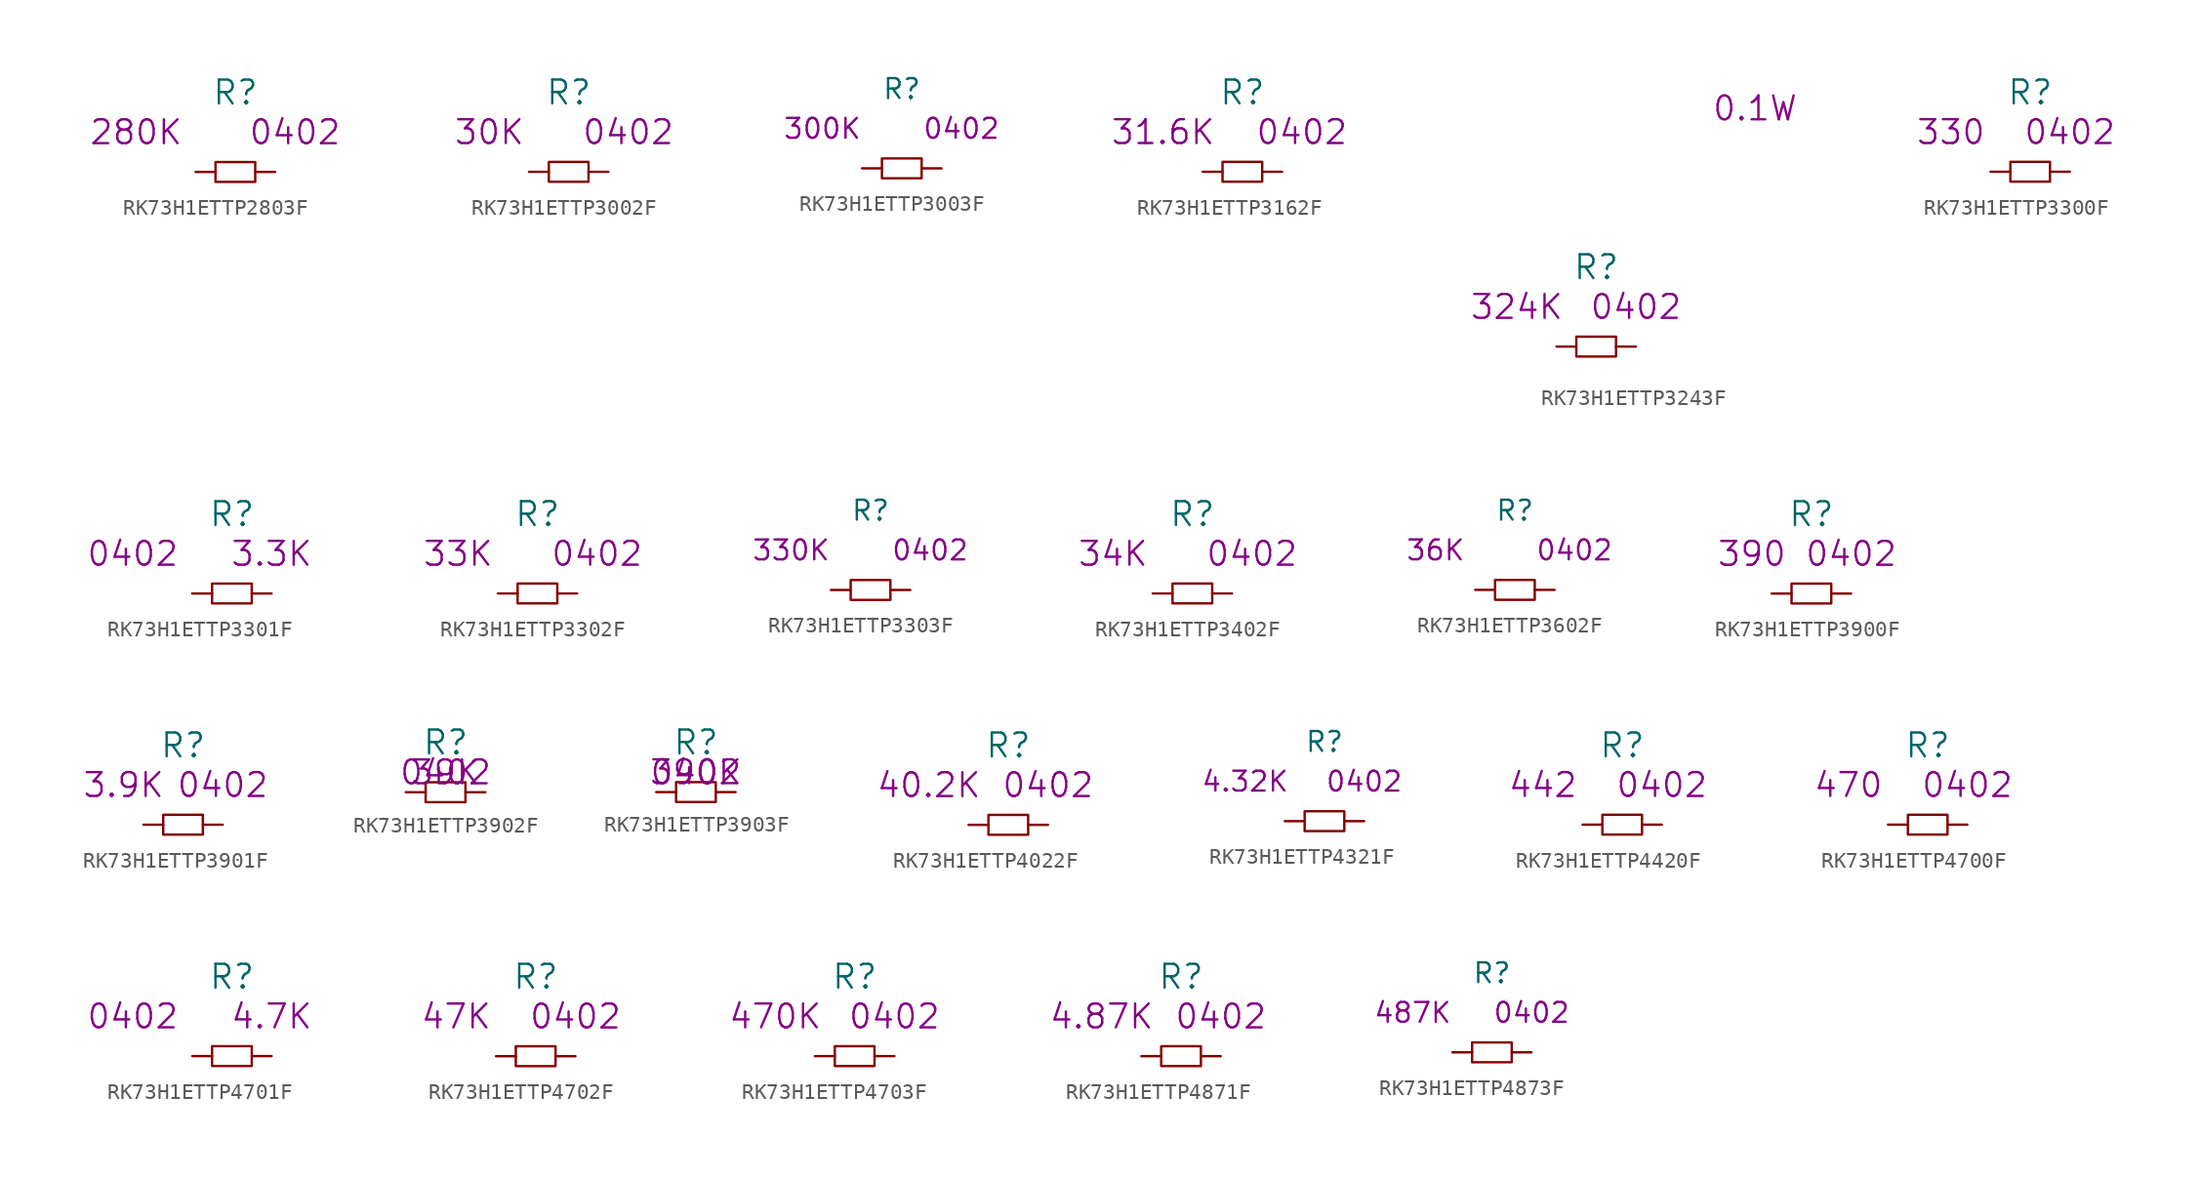
<source format=kicad_sym>
(kicad_symbol_lib
  (version 20220914)
  (generator kicad_symbol_editor)
  (symbol "RK73H1ETTP2803F"
    (pin_numbers hide)
    (pin_names
      (offset 1.016) hide)
    (property "Reference" "R"
      (at 0 5.08 0)
      (effects (font (size 1.524 1.524))))
    (property "Datasheet" ""
      (at 0 5.08 0)
      (effects (font (size 1.524 1.524))))
    (property "Value2" "280K"
      (at -6.35 2.54 0)
      (effects (font (size 1.524 1.524))))
    (property "Size" "0402"
      (at 3.81 2.54 0)
      (effects (font (size 1.524 1.524))))
    (symbol "RK73H1ETTP2803F_0_1"
      (rectangle (start -1.27 0.635) (end 1.27 -0.635) (stroke (width 0) (type solid)) (fill (type none))))
    (symbol "RK73H1ETTP2803F_1_1"
      (pin passive line (at -2.54 0 0) (length 1.27) (name "1" (effects (font (size 1.27 1.27)))) (number "1" (effects (font (size 1.27 1.27)))))
      (pin passive line (at 2.54 0 180) (length 1.27) (name "2" (effects (font (size 1.27 1.27)))) (number "2" (effects (font (size 1.27 1.27)))))))
  (symbol "RK73H1ETTP3002F"
    (pin_numbers hide)
    (pin_names
      (offset 1.016) hide)
    (property "Reference" "R"
      (at 0 5.08 0)
      (effects (font (size 1.524 1.524))))
    (property "Value2" "30K"
      (at -5.08 2.54 0)
      (effects (font (size 1.524 1.524))))
    (property "Size" "0402"
      (at 3.81 2.54 0)
      (effects (font (size 1.524 1.524))))
    (symbol "RK73H1ETTP3002F_0_1"
      (rectangle (start -1.27 0.635) (end 1.27 -0.635) (stroke (width 0) (type solid)) (fill (type none))))
    (symbol "RK73H1ETTP3002F_1_1"
      (pin passive line (at -2.54 0 0) (length 1.27) (name "1" (effects (font (size 1.27 1.27)))) (number "1" (effects (font (size 1.27 1.27)))))
      (pin passive line (at 2.54 0 180) (length 1.27) (name "2" (effects (font (size 1.27 1.27)))) (number "2" (effects (font (size 1.27 1.27)))))))
  (symbol "RK73H1ETTP3003F"
    (pin_numbers hide)
    (pin_names
      (offset 1.016) hide)
    (property "Reference" "R"
      (at 0 5.08 0)
      (effects (font (size 1.27 1.27))))
    (property "Value2" "300K"
      (at -5.08 2.54 0)
      (effects (font (size 1.27 1.27))))
    (property "Size" "0402"
      (at 3.81 2.54 0)
      (effects (font (size 1.27 1.27))))
    (symbol "RK73H1ETTP3003F_0_1"
      (rectangle (start -1.27 0.635) (end 1.27 -0.635) (stroke (width 0) (type solid)) (fill (type none))))
    (symbol "RK73H1ETTP3003F_1_1"
      (pin passive line (at -2.54 0 0) (length 1.27) (name "1" (effects (font (size 1.27 1.27)))) (number "1" (effects (font (size 1.27 1.27)))))
      (pin passive line (at 2.54 0 180) (length 1.27) (name "2" (effects (font (size 1.27 1.27)))) (number "2" (effects (font (size 1.27 1.27)))))))
  (symbol "RK73H1ETTP3162F"
    (pin_numbers hide)
    (pin_names
      (offset 1.016) hide)
    (property "Reference" "R"
      (at 0 5.08 0)
      (effects (font (size 1.524 1.524))))
    (property "Value2" "31.6K"
      (at -5.08 2.54 0)
      (effects (font (size 1.524 1.524))))
    (property "Size" "0402"
      (at 3.81 2.54 0)
      (effects (font (size 1.524 1.524))))
    (symbol "RK73H1ETTP3162F_0_1"
      (rectangle (start -1.27 0.635) (end 1.27 -0.635) (stroke (width 0) (type solid)) (fill (type none))))
    (symbol "RK73H1ETTP3162F_1_1"
      (pin passive line (at -2.54 0 0) (length 1.27) (name "1" (effects (font (size 1.27 1.27)))) (number "1" (effects (font (size 1.27 1.27)))))
      (pin passive line (at 2.54 0 180) (length 1.27) (name "2" (effects (font (size 1.27 1.27)))) (number "2" (effects (font (size 1.27 1.27)))))))
  (symbol "RK73H1ETTP3243F"
    (pin_numbers hide)
    (pin_names
      (offset 1.016) hide)
    (property "Reference" "R"
      (at 0 5.08 0)
      (effects (font (size 1.524 1.524))))
    (property "Value2" "324K"
      (at -5.08 2.54 0)
      (effects (font (size 1.524 1.524))))
    (property "Size" "0402"
      (at 2.54 2.54 0)
      (effects (font (size 1.524 1.524))))
    (property "Rating" "0.1W"
      (at 10.16 15.24 0)
      (effects (font (size 1.524 1.524))))
    (symbol "RK73H1ETTP3243F_0_1"
      (rectangle (start -1.27 0.635) (end 1.27 -0.635) (stroke (width 0) (type solid)) (fill (type none))))
    (symbol "RK73H1ETTP3243F_1_1"
      (pin passive line (at -2.54 0 0) (length 1.27) (name "1" (effects (font (size 1.27 1.27)))) (number "1" (effects (font (size 1.27 1.27)))))
      (pin passive line (at 2.54 0 180) (length 1.27) (name "2" (effects (font (size 1.27 1.27)))) (number "2" (effects (font (size 1.27 1.27)))))))
  (symbol "RK73H1ETTP3300F"
    (pin_numbers hide)
    (pin_names
      (offset 1.016) hide)
    (property "Reference" "R"
      (at 0 5.08 0)
      (effects (font (size 1.524 1.524))))
    (property "Datasheet" ""
      (at 0 5.08 0)
      (effects (font (size 1.524 1.524))))
    (property "Value2" "330"
      (at -5.08 2.54 0)
      (effects (font (size 1.524 1.524))))
    (property "Size" "0402"
      (at 2.54 2.54 0)
      (effects (font (size 1.524 1.524))))
    (symbol "RK73H1ETTP3300F_0_1"
      (rectangle (start -1.27 0.635) (end 1.27 -0.635) (stroke (width 0) (type solid)) (fill (type none))))
    (symbol "RK73H1ETTP3300F_1_1"
      (pin passive line (at -2.54 0 0) (length 1.27) (name "1" (effects (font (size 1.27 1.27)))) (number "1" (effects (font (size 1.27 1.27)))))
      (pin passive line (at 2.54 0 180) (length 1.27) (name "2" (effects (font (size 1.27 1.27)))) (number "2" (effects (font (size 1.27 1.27)))))))
  (symbol "RK73H1ETTP3301F"
    (pin_numbers hide)
    (pin_names
      (offset 1.016) hide)
    (property "Reference" "R"
      (at 0 5.08 0)
      (effects (font (size 1.524 1.524))))
    (property "Size" "0402"
      (at -6.35 2.54 0)
      (effects (font (size 1.524 1.524))))
    (property "Value2" "3.3K"
      (at 2.54 2.54 0)
      (effects (font (size 1.524 1.524))))
    (symbol "RK73H1ETTP3301F_0_1"
      (rectangle (start -1.27 0.635) (end 1.27 -0.635) (stroke (width 0) (type solid)) (fill (type none))))
    (symbol "RK73H1ETTP3301F_1_1"
      (pin passive line (at -2.54 0 0) (length 1.27) (name "1" (effects (font (size 1.27 1.27)))) (number "1" (effects (font (size 1.27 1.27)))))
      (pin passive line (at 2.54 0 180) (length 1.27) (name "2" (effects (font (size 1.27 1.27)))) (number "2" (effects (font (size 1.27 1.27)))))))
  (symbol "RK73H1ETTP3302F"
    (pin_numbers hide)
    (pin_names
      (offset 1.016) hide)
    (property "Reference" "R"
      (at 0 5.08 0)
      (effects (font (size 1.524 1.524))))
    (property "Value2" "33K"
      (at -5.08 2.54 0)
      (effects (font (size 1.524 1.524))))
    (property "Size" "0402"
      (at 3.81 2.54 0)
      (effects (font (size 1.524 1.524))))
    (symbol "RK73H1ETTP3302F_0_1"
      (rectangle (start -1.27 0.635) (end 1.27 -0.635) (stroke (width 0) (type solid)) (fill (type none))))
    (symbol "RK73H1ETTP3302F_1_1"
      (pin passive line (at -2.54 0 0) (length 1.27) (name "1" (effects (font (size 1.27 1.27)))) (number "1" (effects (font (size 1.27 1.27)))))
      (pin passive line (at 2.54 0 180) (length 1.27) (name "2" (effects (font (size 1.27 1.27)))) (number "2" (effects (font (size 1.27 1.27)))))))
  (symbol "RK73H1ETTP3303F"
    (pin_numbers hide)
    (pin_names
      (offset 1.016) hide)
    (property "Reference" "R"
      (at 0 5.08 0)
      (effects (font (size 1.27 1.27))))
    (property "Value2" "330K"
      (at -5.08 2.54 0)
      (effects (font (size 1.27 1.27))))
    (property "Size" "0402"
      (at 3.81 2.54 0)
      (effects (font (size 1.27 1.27))))
    (symbol "RK73H1ETTP3303F_0_1"
      (rectangle (start -1.27 0.635) (end 1.27 -0.635) (stroke (width 0) (type solid)) (fill (type none))))
    (symbol "RK73H1ETTP3303F_1_1"
      (pin passive line (at -2.54 0 0) (length 1.27) (name "1" (effects (font (size 1.27 1.27)))) (number "1" (effects (font (size 1.27 1.27)))))
      (pin passive line (at 2.54 0 180) (length 1.27) (name "2" (effects (font (size 1.27 1.27)))) (number "2" (effects (font (size 1.27 1.27)))))))
  (symbol "RK73H1ETTP3402F"
    (pin_numbers hide)
    (pin_names
      (offset 1.016) hide)
    (property "Reference" "R"
      (at 0 5.08 0)
      (effects (font (size 1.524 1.524))))
    (property "Value2" "34K"
      (at -5.08 2.54 0)
      (effects (font (size 1.524 1.524))))
    (property "Size" "0402"
      (at 3.81 2.54 0)
      (effects (font (size 1.524 1.524))))
    (symbol "RK73H1ETTP3402F_0_1"
      (rectangle (start -1.27 0.635) (end 1.27 -0.635) (stroke (width 0) (type solid)) (fill (type none))))
    (symbol "RK73H1ETTP3402F_1_1"
      (pin passive line (at -2.54 0 0) (length 1.27) (name "1" (effects (font (size 1.27 1.27)))) (number "1" (effects (font (size 1.27 1.27)))))
      (pin passive line (at 2.54 0 180) (length 1.27) (name "2" (effects (font (size 1.27 1.27)))) (number "2" (effects (font (size 1.27 1.27)))))))
  (symbol "RK73H1ETTP3602F"
    (pin_numbers hide)
    (pin_names
      (offset 1.016) hide)
    (property "Reference" "R"
      (at 0 5.08 0)
      (effects (font (size 1.27 1.27))))
    (property "Value2" "36K"
      (at -5.08 2.54 0)
      (effects (font (size 1.27 1.27))))
    (property "Size" "0402"
      (at 3.81 2.54 0)
      (effects (font (size 1.27 1.27))))
    (symbol "RK73H1ETTP3602F_0_1"
      (rectangle (start -1.27 0.635) (end 1.27 -0.635) (stroke (width 0) (type solid)) (fill (type none))))
    (symbol "RK73H1ETTP3602F_1_1"
      (pin passive line (at -2.54 0 0) (length 1.27) (name "1" (effects (font (size 1.27 1.27)))) (number "1" (effects (font (size 1.27 1.27)))))
      (pin passive line (at 2.54 0 180) (length 1.27) (name "2" (effects (font (size 1.27 1.27)))) (number "2" (effects (font (size 1.27 1.27)))))))
  (symbol "RK73H1ETTP3900F"
    (pin_numbers hide)
    (pin_names
      (offset 1.016) hide)
    (property "Reference" "R"
      (at 0 5.08 0)
      (effects (font (size 1.524 1.524))))
    (property "Size" "0402"
      (at 2.54 2.54 0)
      (effects (font (size 1.524 1.524))))
    (property "Value2" "390"
      (at -3.81 2.54 0)
      (effects (font (size 1.524 1.524))))
    (symbol "RK73H1ETTP3900F_0_1"
      (rectangle (start -1.27 0.635) (end 1.27 -0.635) (stroke (width 0) (type solid)) (fill (type none))))
    (symbol "RK73H1ETTP3900F_1_1"
      (pin passive line (at -2.54 0 0) (length 1.27) (name "1" (effects (font (size 1.27 1.27)))) (number "1" (effects (font (size 1.27 1.27)))))
      (pin passive line (at 2.54 0 180) (length 1.27) (name "2" (effects (font (size 1.27 1.27)))) (number "2" (effects (font (size 1.27 1.27)))))))
  (symbol "RK73H1ETTP3901F"
    (pin_numbers hide)
    (pin_names
      (offset 1.016) hide)
    (property "Reference" "R"
      (at 0 5.08 0)
      (effects (font (size 1.524 1.524))))
    (property "Size" "0402"
      (at 2.54 2.54 0)
      (effects (font (size 1.524 1.524))))
    (property "Value2" "3.9K"
      (at -3.81 2.54 0)
      (effects (font (size 1.524 1.524))))
    (symbol "RK73H1ETTP3901F_0_1"
      (rectangle (start -1.27 0.635) (end 1.27 -0.635) (stroke (width 0) (type solid)) (fill (type none))))
    (symbol "RK73H1ETTP3901F_1_1"
      (pin passive line (at -2.54 0 0) (length 1.27) (name "1" (effects (font (size 1.27 1.27)))) (number "1" (effects (font (size 1.27 1.27)))))
      (pin passive line (at 2.54 0 180) (length 1.27) (name "2" (effects (font (size 1.27 1.27)))) (number "2" (effects (font (size 1.27 1.27)))))))
  (symbol "RK73H1ETTP3902F"
    (pin_numbers hide)
    (pin_names
      (offset 1.016) hide)
    (property "Reference" "R"
      (at 0 3.175 0)
      (effects (font (size 1.524 1.524))))
    (property "Datasheet" ""
      (at 0 3.175 0)
      (effects (font (size 1.524 1.524))))
    (property "Size" "0402"
      (at 0 1.27 0)
      (effects (font (size 1.524 1.524))))
    (property "Value2" "39K"
      (at 0 1.27 0)
      (effects (font (size 1.524 1.524))))
    (symbol "RK73H1ETTP3902F_0_1"
      (rectangle (start -1.27 0.635) (end 1.27 -0.635) (stroke (width 0) (type solid)) (fill (type none))))
    (symbol "RK73H1ETTP3902F_1_1"
      (pin passive line (at -2.54 0 0) (length 1.27) (name "1" (effects (font (size 1.27 1.27)))) (number "1" (effects (font (size 1.27 1.27)))))
      (pin passive line (at 2.54 0 180) (length 1.27) (name "2" (effects (font (size 1.27 1.27)))) (number "2" (effects (font (size 1.27 1.27)))))))
  (symbol "RK73H1ETTP3903F"
    (pin_numbers hide)
    (pin_names
      (offset 1.016) hide)
    (property "Reference" "R"
      (at 0 3.175 0)
      (effects (font (size 1.524 1.524))))
    (property "Datasheet" ""
      (at 0 3.175 0)
      (effects (font (size 1.524 1.524))))
    (property "Size" "0402"
      (at 0 1.27 0)
      (effects (font (size 1.524 1.524))))
    (property "Value2" "390K"
      (at 0 1.27 0)
      (effects (font (size 1.524 1.524))))
    (symbol "RK73H1ETTP3903F_0_1"
      (rectangle (start -1.27 0.635) (end 1.27 -0.635) (stroke (width 0) (type solid)) (fill (type none))))
    (symbol "RK73H1ETTP3903F_1_1"
      (pin passive line (at -2.54 0 0) (length 1.27) (name "1" (effects (font (size 1.27 1.27)))) (number "1" (effects (font (size 1.27 1.27)))))
      (pin passive line (at 2.54 0 180) (length 1.27) (name "2" (effects (font (size 1.27 1.27)))) (number "2" (effects (font (size 1.27 1.27)))))))
  (symbol "RK73H1ETTP4022F"
    (pin_numbers hide)
    (pin_names
      (offset 1.016) hide)
    (property "Reference" "R"
      (at 0 5.08 0)
      (effects (font (size 1.524 1.524))))
    (property "Datasheet" ""
      (at 0 5.08 0)
      (effects (font (size 1.524 1.524))))
    (property "Value2" "40.2K"
      (at -5.08 2.54 0)
      (effects (font (size 1.524 1.524))))
    (property "Size" "0402"
      (at 2.54 2.54 0)
      (effects (font (size 1.524 1.524))))
    (symbol "RK73H1ETTP4022F_0_1"
      (rectangle (start -1.27 0.635) (end 1.27 -0.635) (stroke (width 0) (type solid)) (fill (type none))))
    (symbol "RK73H1ETTP4022F_1_1"
      (pin passive line (at -2.54 0 0) (length 1.27) (name "1" (effects (font (size 1.27 1.27)))) (number "1" (effects (font (size 1.27 1.27)))))
      (pin passive line (at 2.54 0 180) (length 1.27) (name "2" (effects (font (size 1.27 1.27)))) (number "2" (effects (font (size 1.27 1.27)))))))
  (symbol "RK73H1ETTP4321F"
    (pin_numbers hide)
    (pin_names
      (offset 1.016) hide)
    (property "Reference" "R"
      (at 0 5.08 0)
      (effects (font (size 1.27 1.27))))
    (property "Datasheet" ""
      (at 0 5.08 0)
      (effects (font (size 1.524 1.524))))
    (property "Value2" "4.32K"
      (at -5.08 2.54 0)
      (effects (font (size 1.27 1.27))))
    (property "Size" "0402"
      (at 2.54 2.54 0)
      (effects (font (size 1.27 1.27))))
    (symbol "RK73H1ETTP4321F_0_1"
      (rectangle (start -1.27 0.635) (end 1.27 -0.635) (stroke (width 0) (type solid)) (fill (type none))))
    (symbol "RK73H1ETTP4321F_1_1"
      (pin passive line (at -2.54 0 0) (length 1.27) (name "1" (effects (font (size 1.27 1.27)))) (number "1" (effects (font (size 1.27 1.27)))))
      (pin passive line (at 2.54 0 180) (length 1.27) (name "2" (effects (font (size 1.27 1.27)))) (number "2" (effects (font (size 1.27 1.27)))))))
  (symbol "RK73H1ETTP4420F"
    (pin_numbers hide)
    (pin_names
      (offset 1.016) hide)
    (property "Reference" "R"
      (at 0 5.08 0)
      (effects (font (size 1.524 1.524))))
    (property "Datasheet" ""
      (at 0 5.08 0)
      (effects (font (size 1.524 1.524))))
    (property "Value2" "442"
      (at -5.08 2.54 0)
      (effects (font (size 1.524 1.524))))
    (property "Size" "0402"
      (at 2.54 2.54 0)
      (effects (font (size 1.524 1.524))))
    (symbol "RK73H1ETTP4420F_0_1"
      (rectangle (start -1.27 0.635) (end 1.27 -0.635) (stroke (width 0) (type solid)) (fill (type none))))
    (symbol "RK73H1ETTP4420F_1_1"
      (pin passive line (at -2.54 0 0) (length 1.27) (name "1" (effects (font (size 1.27 1.27)))) (number "1" (effects (font (size 1.27 1.27)))))
      (pin passive line (at 2.54 0 180) (length 1.27) (name "2" (effects (font (size 1.27 1.27)))) (number "2" (effects (font (size 1.27 1.27)))))))
  (symbol "RK73H1ETTP4700F"
    (pin_numbers hide)
    (pin_names
      (offset 1.016) hide)
    (property "Reference" "R"
      (at 0 5.08 0)
      (effects (font (size 1.524 1.524))))
    (property "Datasheet" ""
      (at 0 5.08 0)
      (effects (font (size 1.524 1.524))))
    (property "Value2" "470"
      (at -5.08 2.54 0)
      (effects (font (size 1.524 1.524))))
    (property "Size" "0402"
      (at 2.54 2.54 0)
      (effects (font (size 1.524 1.524))))
    (symbol "RK73H1ETTP4700F_0_1"
      (rectangle (start -1.27 0.635) (end 1.27 -0.635) (stroke (width 0) (type solid)) (fill (type none))))
    (symbol "RK73H1ETTP4700F_1_1"
      (pin passive line (at -2.54 0 0) (length 1.27) (name "1" (effects (font (size 1.27 1.27)))) (number "1" (effects (font (size 1.27 1.27)))))
      (pin passive line (at 2.54 0 180) (length 1.27) (name "2" (effects (font (size 1.27 1.27)))) (number "2" (effects (font (size 1.27 1.27)))))))
  (symbol "RK73H1ETTP4701F"
    (pin_numbers hide)
    (pin_names
      (offset 1.016) hide)
    (property "Reference" "R"
      (at 0 5.08 0)
      (effects (font (size 1.524 1.524))))
    (property "Size" "0402"
      (at -6.35 2.54 0)
      (effects (font (size 1.524 1.524))))
    (property "Value2" "4.7K"
      (at 2.54 2.54 0)
      (effects (font (size 1.524 1.524))))
    (symbol "RK73H1ETTP4701F_0_1"
      (rectangle (start -1.27 0.635) (end 1.27 -0.635) (stroke (width 0) (type solid)) (fill (type none))))
    (symbol "RK73H1ETTP4701F_1_1"
      (pin passive line (at -2.54 0 0) (length 1.27) (name "1" (effects (font (size 1.27 1.27)))) (number "1" (effects (font (size 1.27 1.27)))))
      (pin passive line (at 2.54 0 180) (length 1.27) (name "2" (effects (font (size 1.27 1.27)))) (number "2" (effects (font (size 1.27 1.27)))))))
  (symbol "RK73H1ETTP4702F"
    (pin_numbers hide)
    (pin_names
      (offset 1.016) hide)
    (property "Reference" "R"
      (at 0 5.08 0)
      (effects (font (size 1.524 1.524))))
    (property "Value2" "47K"
      (at -5.08 2.54 0)
      (effects (font (size 1.524 1.524))))
    (property "Size" "0402"
      (at 2.54 2.54 0)
      (effects (font (size 1.524 1.524))))
    (symbol "RK73H1ETTP4702F_0_1"
      (rectangle (start -1.27 0.635) (end 1.27 -0.635) (stroke (width 0) (type solid)) (fill (type none))))
    (symbol "RK73H1ETTP4702F_1_1"
      (pin passive line (at -2.54 0 0) (length 1.27) (name "1" (effects (font (size 1.27 1.27)))) (number "1" (effects (font (size 1.27 1.27)))))
      (pin passive line (at 2.54 0 180) (length 1.27) (name "2" (effects (font (size 1.27 1.27)))) (number "2" (effects (font (size 1.27 1.27)))))))
  (symbol "RK73H1ETTP4703F"
    (pin_numbers hide)
    (pin_names
      (offset 1.016) hide)
    (property "Reference" "R"
      (at 0 5.08 0)
      (effects (font (size 1.524 1.524))))
    (property "Value2" "470K"
      (at -5.08 2.54 0)
      (effects (font (size 1.524 1.524))))
    (property "Size" "0402"
      (at 2.54 2.54 0)
      (effects (font (size 1.524 1.524))))
    (symbol "RK73H1ETTP4703F_0_1"
      (rectangle (start -1.27 0.635) (end 1.27 -0.635) (stroke (width 0) (type solid)) (fill (type none))))
    (symbol "RK73H1ETTP4703F_1_1"
      (pin passive line (at -2.54 0 0) (length 1.27) (name "1" (effects (font (size 1.27 1.27)))) (number "1" (effects (font (size 1.27 1.27)))))
      (pin passive line (at 2.54 0 180) (length 1.27) (name "2" (effects (font (size 1.27 1.27)))) (number "2" (effects (font (size 1.27 1.27)))))))
  (symbol "RK73H1ETTP4871F"
    (pin_numbers hide)
    (pin_names
      (offset 1.016) hide)
    (property "Reference" "R"
      (at 0 5.08 0)
      (effects (font (size 1.524 1.524))))
    (property "Datasheet" ""
      (at 0 5.08 0)
      (effects (font (size 1.524 1.524))))
    (property "Value2" "4.87K"
      (at -5.08 2.54 0)
      (effects (font (size 1.524 1.524))))
    (property "Size" "0402"
      (at 2.54 2.54 0)
      (effects (font (size 1.524 1.524))))
    (symbol "RK73H1ETTP4871F_0_1"
      (rectangle (start -1.27 0.635) (end 1.27 -0.635) (stroke (width 0) (type solid)) (fill (type none))))
    (symbol "RK73H1ETTP4871F_1_1"
      (pin passive line (at -2.54 0 0) (length 1.27) (name "1" (effects (font (size 1.27 1.27)))) (number "1" (effects (font (size 1.27 1.27)))))
      (pin passive line (at 2.54 0 180) (length 1.27) (name "2" (effects (font (size 1.27 1.27)))) (number "2" (effects (font (size 1.27 1.27)))))))
  (symbol "RK73H1ETTP4873F"
    (pin_numbers hide)
    (pin_names
      (offset 1.016) hide)
    (property "Reference" "R"
      (at 0 5.08 0)
      (effects (font (size 1.27 1.27))))
    (property "Datasheet" ""
      (at 0 5.08 0)
      (effects (font (size 1.524 1.524))))
    (property "Value2" "487K"
      (at -5.08 2.54 0)
      (effects (font (size 1.27 1.27))))
    (property "Size" "0402"
      (at 2.54 2.54 0)
      (effects (font (size 1.27 1.27))))
    (symbol "RK73H1ETTP4873F_0_1"
      (rectangle (start -1.27 0.635) (end 1.27 -0.635) (stroke (width 0) (type solid)) (fill (type none))))
    (symbol "RK73H1ETTP4873F_1_1"
      (pin passive line (at -2.54 0 0) (length 1.27) (name "1" (effects (font (size 1.27 1.27)))) (number "1" (effects (font (size 1.27 1.27)))))
      (pin passive line (at 2.54 0 180) (length 1.27) (name "2" (effects (font (size 1.27 1.27)))) (number "2" (effects (font (size 1.27 1.27))))))))
</source>
